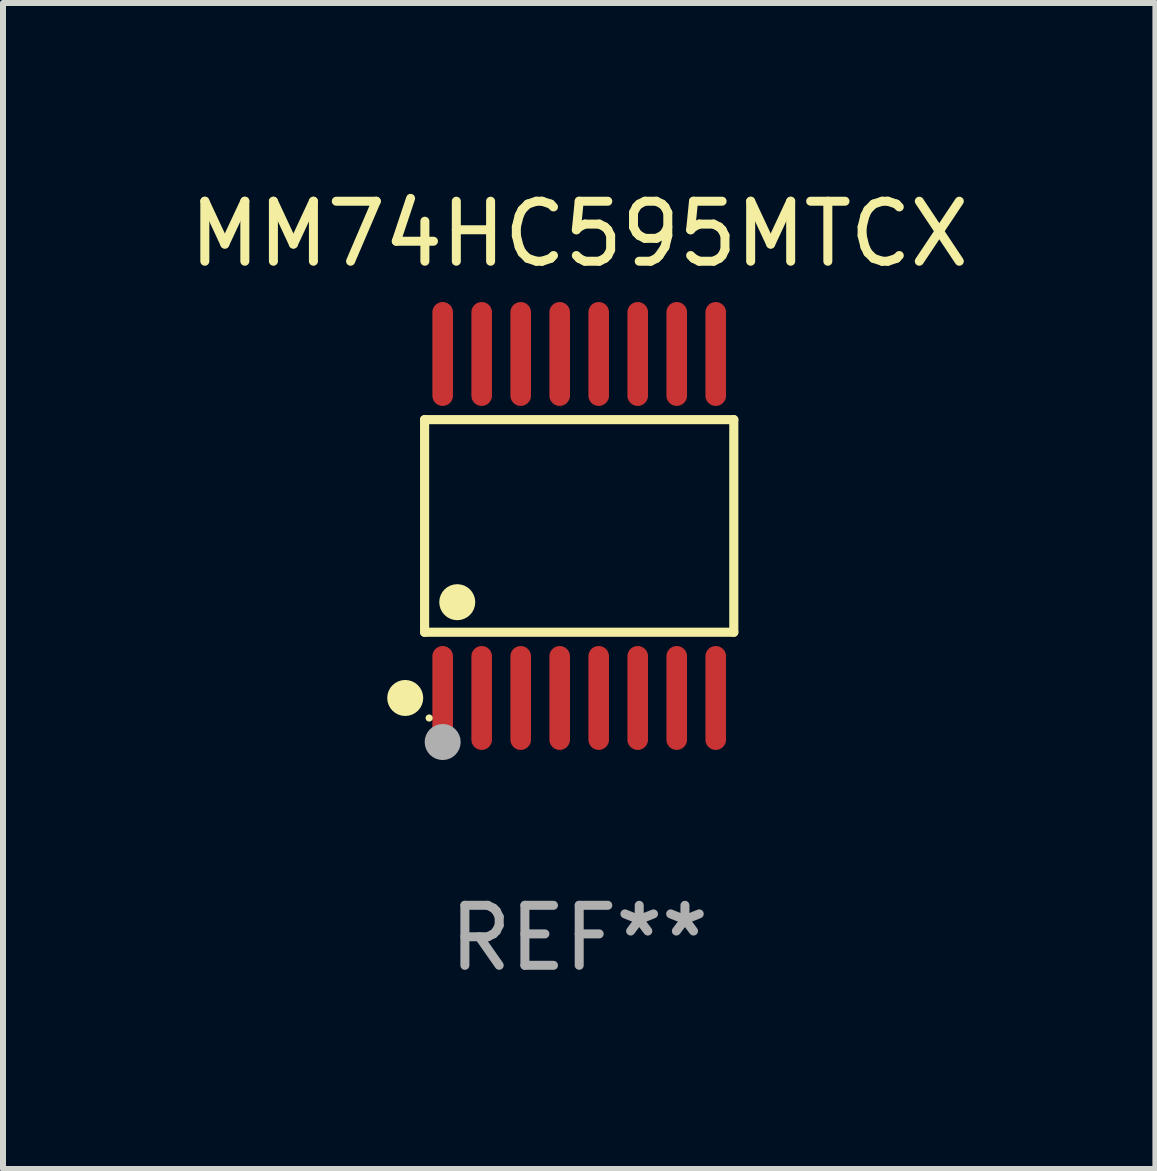
<source format=kicad_pcb>
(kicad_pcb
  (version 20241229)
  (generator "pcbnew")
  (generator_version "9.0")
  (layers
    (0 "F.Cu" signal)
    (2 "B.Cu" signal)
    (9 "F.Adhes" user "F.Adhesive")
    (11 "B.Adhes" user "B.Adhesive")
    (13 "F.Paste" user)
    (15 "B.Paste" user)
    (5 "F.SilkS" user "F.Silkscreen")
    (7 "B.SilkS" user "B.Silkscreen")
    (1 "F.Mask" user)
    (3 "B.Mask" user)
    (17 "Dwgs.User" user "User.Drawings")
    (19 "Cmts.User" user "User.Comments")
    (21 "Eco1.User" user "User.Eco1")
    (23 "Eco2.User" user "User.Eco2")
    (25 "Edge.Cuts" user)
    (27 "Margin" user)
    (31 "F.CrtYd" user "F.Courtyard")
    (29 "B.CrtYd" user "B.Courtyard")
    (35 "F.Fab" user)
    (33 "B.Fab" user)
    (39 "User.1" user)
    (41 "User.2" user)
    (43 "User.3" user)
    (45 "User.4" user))
  (footprint "MM74HC595MTCX"
    (layer "F.Cu")
    (at 6.601 5.714)
    (property "Reference" "MM74HC595MTCX" (at 0 -4.866 0) (layer "F.SilkS") (effects (font (size 1 1) (thickness 0.15))))
    (attr through_hole)
    (fp_line (start -2.576 -1.772) (end 2.576 -1.772) (stroke (width 0.152) (type solid)) (layer "F.SilkS"))
    (fp_line (start -2.576 1.771) (end -2.576 -1.772) (stroke (width 0.152) (type solid)) (layer "F.SilkS"))
    (fp_line (start 2.576 -1.772) (end 2.576 1.771) (stroke (width 0.152) (type solid)) (layer "F.SilkS"))
    (fp_line (start 2.576 1.771) (end -2.576 1.771) (stroke (width 0.152) (type solid)) (layer "F.SilkS"))
    (fp_circle (center -2.899 2.866) (end -2.749 2.866) (stroke (width 0.3) (type solid)) (fill no) (layer "F.SilkS"))
    (fp_circle (center -2.5 3.2) (end -2.47 3.2) (stroke (width 0.06) (type solid)) (fill no) (layer "F.SilkS"))
    (fp_circle (center -2.032 1.27) (end -1.882 1.27) (stroke (width 0.3) (type solid)) (fill no) (layer "F.SilkS"))
    (fp_circle (center -2.275 3.6) (end -2.125 3.6) (stroke (width 0.3) (type solid)) (fill no) (layer "F.Fab"))
    (fp_text user "REF**" (at 0 6.866 0) (layer "F.Fab") (effects (font (size 1 1) (thickness 0.15))))
    (pad "1" smd oval (at -2.275 2.866) (size 0.343 1.731) (layers "F.Cu" "F.Mask" "F.Paste"))
    (pad "2" smd oval (at -1.625 2.866) (size 0.343 1.731) (layers "F.Cu" "F.Mask" "F.Paste"))
    (pad "3" smd oval (at -0.975 2.866) (size 0.343 1.731) (layers "F.Cu" "F.Mask" "F.Paste"))
    (pad "4" smd oval (at -0.325 2.866) (size 0.343 1.731) (layers "F.Cu" "F.Mask" "F.Paste"))
    (pad "5" smd oval (at 0.325 2.866) (size 0.343 1.731) (layers "F.Cu" "F.Mask" "F.Paste"))
    (pad "6" smd oval (at 0.975 2.866) (size 0.343 1.731) (layers "F.Cu" "F.Mask" "F.Paste"))
    (pad "7" smd oval (at 1.625 2.866) (size 0.343 1.731) (layers "F.Cu" "F.Mask" "F.Paste"))
    (pad "8" smd oval (at 2.275 2.866) (size 0.343 1.731) (layers "F.Cu" "F.Mask" "F.Paste"))
    (pad "9" smd oval (at 2.275 -2.866) (size 0.343 1.731) (layers "F.Cu" "F.Mask" "F.Paste"))
    (pad "10" smd oval (at 1.625 -2.866) (size 0.343 1.731) (layers "F.Cu" "F.Mask" "F.Paste"))
    (pad "11" smd oval (at 0.975 -2.866) (size 0.343 1.731) (layers "F.Cu" "F.Mask" "F.Paste"))
    (pad "12" smd oval (at 0.325 -2.866) (size 0.343 1.731) (layers "F.Cu" "F.Mask" "F.Paste"))
    (pad "13" smd oval (at -0.325 -2.866) (size 0.343 1.731) (layers "F.Cu" "F.Mask" "F.Paste"))
    (pad "14" smd oval (at -0.975 -2.866) (size 0.343 1.731) (layers "F.Cu" "F.Mask" "F.Paste"))
    (pad "15" smd oval (at -1.625 -2.866) (size 0.343 1.731) (layers "F.Cu" "F.Mask" "F.Paste"))
    (pad "16" smd oval (at -2.275 -2.866) (size 0.343 1.731) (layers "F.Cu" "F.Mask" "F.Paste")))
  (gr_rect
    (start -3 -3)
    (end 16.202 16.428)
    (stroke (width 0.1) (type default))
    (fill no)
    (layer "Edge.Cuts")))
</source>
